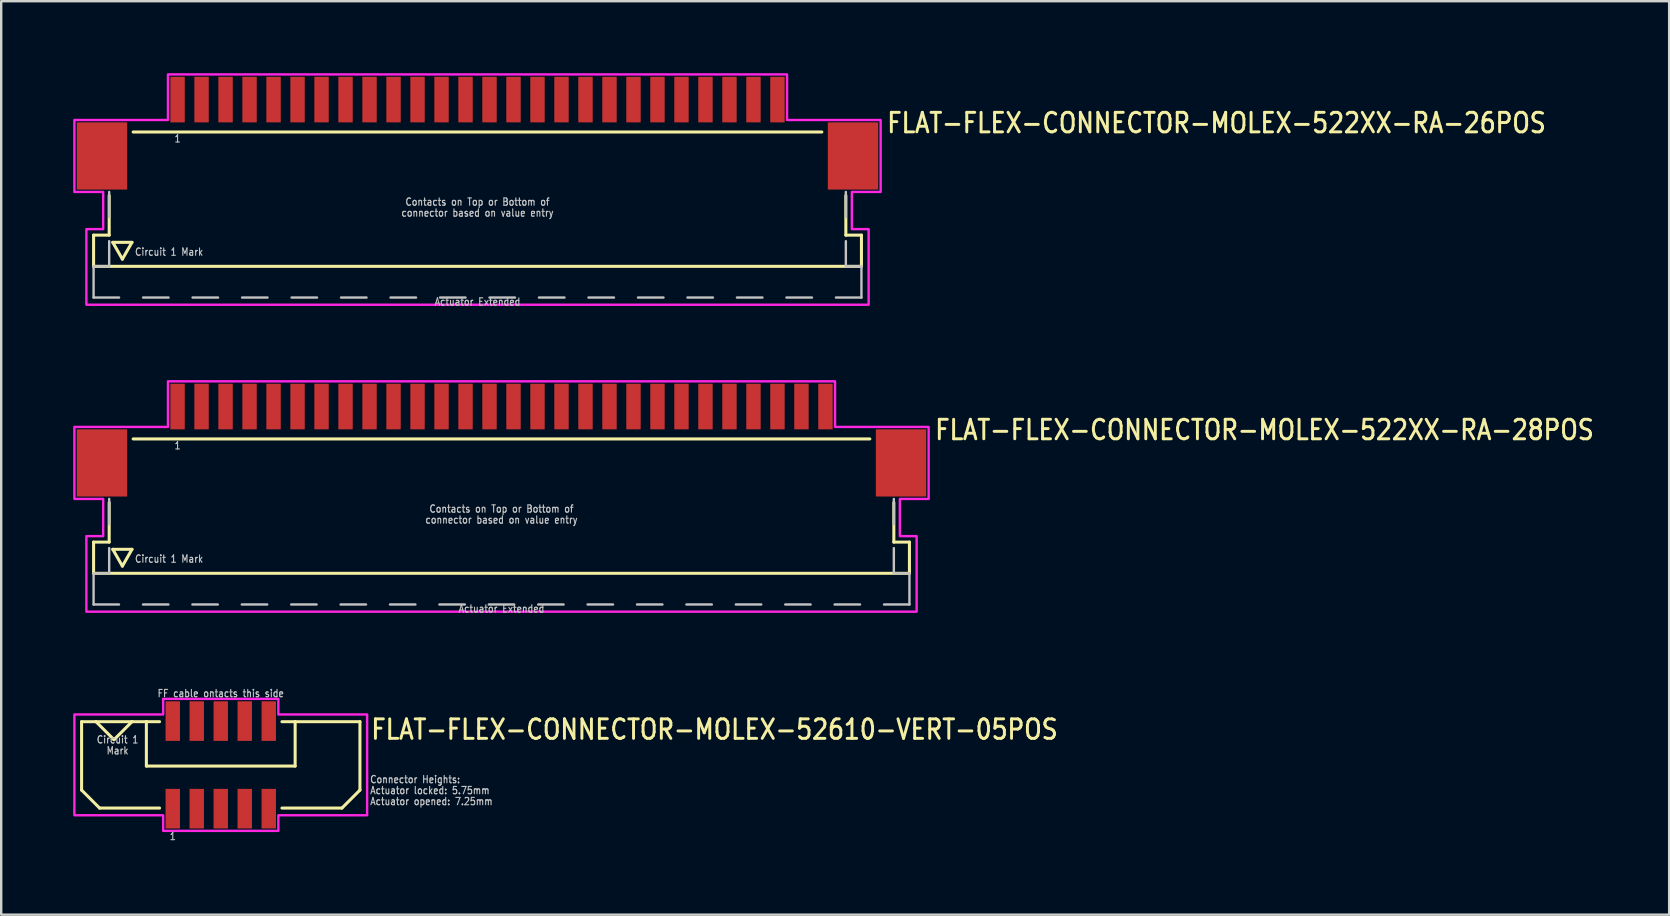
<source format=kicad_pcb>
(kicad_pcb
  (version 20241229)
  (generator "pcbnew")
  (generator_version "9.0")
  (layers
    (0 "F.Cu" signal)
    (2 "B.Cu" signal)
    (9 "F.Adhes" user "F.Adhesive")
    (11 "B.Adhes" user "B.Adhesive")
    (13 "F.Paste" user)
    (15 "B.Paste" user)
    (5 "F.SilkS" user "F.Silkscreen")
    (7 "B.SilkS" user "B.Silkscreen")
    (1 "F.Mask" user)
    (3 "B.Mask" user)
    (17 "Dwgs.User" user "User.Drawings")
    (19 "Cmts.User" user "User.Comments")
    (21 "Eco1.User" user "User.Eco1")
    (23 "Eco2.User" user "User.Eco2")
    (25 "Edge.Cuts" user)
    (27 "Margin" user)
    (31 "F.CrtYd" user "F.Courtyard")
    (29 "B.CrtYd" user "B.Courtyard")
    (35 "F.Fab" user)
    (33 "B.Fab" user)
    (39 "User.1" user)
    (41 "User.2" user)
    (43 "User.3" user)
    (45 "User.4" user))
  (footprint "FLAT-FLEX-CONNECTOR-MOLEX-52610-VERT-05POS"
    (layer "F.Cu")
    (at 6.15 28.826)
    (property "Reference" "FLAT-FLEX-CONNECTOR-MOLEX-52610-VERT-05POS" (at 6.2 -1 0) (unlocked yes) (layer "F.SilkS") (effects (font (size 0.813 0.695) (thickness 0.122)) (justify left bottom)))
    (fp_line (start -5.8 -1.8) (end -5.8 1.05) (stroke (width 0.127) (type solid)) (layer "F.SilkS"))
    (fp_line (start -5.8 1.05) (end -5.05 1.8) (stroke (width 0.127) (type solid)) (layer "F.SilkS"))
    (fp_line (start -5.2 -1.8) (end -5.8 -1.8) (stroke (width 0.127) (type solid)) (layer "F.SilkS"))
    (fp_line (start -5.2 -1.8) (end -4.45 -1.05) (stroke (width 0.127) (type solid)) (layer "F.SilkS"))
    (fp_line (start -5.05 1.8) (end -2.55 1.8) (stroke (width 0.127) (type solid)) (layer "F.SilkS"))
    (fp_line (start -4.45 -1.05) (end -3.7 -1.8) (stroke (width 0.127) (type solid)) (layer "F.SilkS"))
    (fp_line (start -3.7 -1.8) (end -5.2 -1.8) (stroke (width 0.127) (type solid)) (layer "F.SilkS"))
    (fp_line (start -3.1 -1.8) (end -3.7 -1.8) (stroke (width 0.127) (type solid)) (layer "F.SilkS"))
    (fp_line (start -3.1 -1.8) (end -3.1 0.05) (stroke (width 0.127) (type solid)) (layer "F.SilkS"))
    (fp_line (start -3.1 0.05) (end 3.1 0.05) (stroke (width 0.127) (type solid)) (layer "F.SilkS"))
    (fp_line (start -2.55 -1.8) (end -3.1 -1.8) (stroke (width 0.127) (type solid)) (layer "F.SilkS"))
    (fp_line (start 2.55 -1.8) (end 3.1 -1.8) (stroke (width 0.127) (type solid)) (layer "F.SilkS"))
    (fp_line (start 3.1 -1.8) (end 5.8 -1.8) (stroke (width 0.127) (type solid)) (layer "F.SilkS"))
    (fp_line (start 3.1 0.05) (end 3.1 -1.8) (stroke (width 0.127) (type solid)) (layer "F.SilkS"))
    (fp_line (start 5.05 1.8) (end 2.55 1.8) (stroke (width 0.127) (type solid)) (layer "F.SilkS"))
    (fp_line (start 5.8 -1.8) (end 5.8 1.05) (stroke (width 0.127) (type solid)) (layer "F.SilkS"))
    (fp_line (start 5.8 1.05) (end 5.05 1.8) (stroke (width 0.127) (type solid)) (layer "F.SilkS"))
    (fp_poly (pts (xy -6.1 -2.1) (xy -2.4 -2.1) (xy -2.4 -2.75) (xy 2.4 -2.75) (xy 2.4 -2.1) (xy 6.1 -2.1) (xy 6.1 2.1) (xy 2.4 2.1) (xy 2.4 2.75) (xy -2.4 2.75) (xy -2.4 2.1) (xy -6.1 2.1)) (stroke (width 0.1) (type solid)) (fill no) (layer "F.CrtYd"))
    (fp_text user "Actuator locked: 5.75mm" (at 6.2 1.243 0) (unlocked yes) (layer "Dwgs.User") (effects (font (size 0.305 0.261) (thickness 0.046)) (justify left bottom)))
    (fp_text user "Mark" (at -4.3 -0.771 0) (unlocked yes) (layer "Dwgs.User") (effects (font (size 0.305 0.261) (thickness 0.046)) (justify top)))
    (fp_text user "1" (at -2 2.8 0) (unlocked yes) (layer "Dwgs.User") (effects (font (size 0.305 0.261) (thickness 0.046)) (justify top)))
    (fp_text user "Circuit 1" (at -4.3 -1.229 0) (unlocked yes) (layer "Dwgs.User") (effects (font (size 0.305 0.261) (thickness 0.046)) (justify top)))
    (fp_text user "Connector Heights:" (at 6.2 0.786 0) (unlocked yes) (layer "Dwgs.User") (effects (font (size 0.305 0.261) (thickness 0.046)) (justify left bottom)))
    (fp_text user "FF cable ontacts this side" (at 0 -2.8 0) (unlocked yes) (layer "Dwgs.User") (effects (font (size 0.305 0.261) (thickness 0.046)) (justify bottom)))
    (fp_text user "Actuator opened: 7.25mm" (at 6.2 1.7 0) (unlocked yes) (layer "Dwgs.User") (effects (font (size 0.305 0.261) (thickness 0.046)) (justify left bottom)))
    (pad "PC1" smd rect (at -2 -1.825) (size 0.6 1.65) (layers "F.Cu" "F.Mask" "F.Paste"))
    (pad "PC2" smd rect (at -1 -1.825) (size 0.6 1.65) (layers "F.Cu" "F.Mask" "F.Paste"))
    (pad "PC3" smd rect (at 0 -1.825) (size 0.6 1.65) (layers "F.Cu" "F.Mask" "F.Paste"))
    (pad "PC4" smd rect (at 1 -1.825) (size 0.6 1.65) (layers "F.Cu" "F.Mask" "F.Paste"))
    (pad "PC5" smd rect (at 2 -1.825) (size 0.6 1.65) (layers "F.Cu" "F.Mask" "F.Paste"))
    (pad "PS1" smd rect (at -2 1.825) (size 0.6 1.65) (layers "F.Cu" "F.Mask" "F.Paste"))
    (pad "PS2" smd rect (at -1 1.825) (size 0.6 1.65) (layers "F.Cu" "F.Mask" "F.Paste"))
    (pad "PS3" smd rect (at 0 1.825) (size 0.6 1.65) (layers "F.Cu" "F.Mask" "F.Paste"))
    (pad "PS4" smd rect (at 1 1.825) (size 0.6 1.65) (layers "F.Cu" "F.Mask" "F.Paste"))
    (pad "PS5" smd rect (at 2 1.825) (size 0.6 1.65) (layers "F.Cu" "F.Mask" "F.Paste")))
  (footprint "FLAT-FLEX-CONNECTOR-MOLEX-522XX-RA-26POS"
    (layer "F.Cu")
    (at 16.85 2.05)
    (property "Reference" "FLAT-FLEX-CONNECTOR-MOLEX-522XX-RA-26POS" (at 17 0.5 0) (unlocked yes) (layer "F.SilkS") (effects (font (size 0.813 0.695) (thickness 0.122)) (justify left bottom)))
    (fp_line (start -16 4.7) (end -16 6) (stroke (width 0.127) (type solid)) (layer "F.SilkS"))
    (fp_line (start -16 6) (end 16 6) (stroke (width 0.127) (type solid)) (layer "F.SilkS"))
    (fp_line (start -15.35 3.05) (end -15.35 4.7) (stroke (width 0.127) (type solid)) (layer "F.SilkS"))
    (fp_line (start -15.35 4.7) (end -16 4.7) (stroke (width 0.127) (type solid)) (layer "F.SilkS"))
    (fp_line (start -15.2 5) (end -14.4 5) (stroke (width 0.127) (type solid)) (layer "F.SilkS"))
    (fp_line (start -14.8 5.7) (end -15.2 5) (stroke (width 0.127) (type solid)) (layer "F.SilkS"))
    (fp_line (start -14.4 5) (end -14.8 5.7) (stroke (width 0.127) (type solid)) (layer "F.SilkS"))
    (fp_line (start -14.35 0.4) (end 14.35 0.4) (stroke (width 0.127) (type solid)) (layer "F.SilkS"))
    (fp_line (start 15.35 3.05) (end 15.35 4.7) (stroke (width 0.127) (type solid)) (layer "F.SilkS"))
    (fp_line (start 16 4.7) (end 15.35 4.7) (stroke (width 0.127) (type solid)) (layer "F.SilkS"))
    (fp_line (start 16 6) (end 16 4.7) (stroke (width 0.127) (type solid)) (layer "F.SilkS"))
    (fp_line (start -16 6) (end -16 7.3) (stroke (width 0.1) (type solid)) (layer "Dwgs.User"))
    (fp_line (start -16 7.3) (end -14.938 7.3) (stroke (width 0.1) (type solid)) (layer "Dwgs.User"))
    (fp_line (start -15.35 2.9) (end -15.35 3.95) (stroke (width 0.1) (type solid)) (layer "Dwgs.User"))
    (fp_line (start -15.35 4.95) (end -15.35 6) (stroke (width 0.1) (type solid)) (layer "Dwgs.User"))
    (fp_line (start -15.35 6) (end -16 6) (stroke (width 0.1) (type solid)) (layer "Dwgs.User"))
    (fp_line (start -13.938 7.3) (end -12.875 7.3) (stroke (width 0.1) (type solid)) (layer "Dwgs.User"))
    (fp_line (start -11.875 7.3) (end -10.812 7.3) (stroke (width 0.1) (type solid)) (layer "Dwgs.User"))
    (fp_line (start -9.812 7.3) (end -8.75 7.3) (stroke (width 0.1) (type solid)) (layer "Dwgs.User"))
    (fp_line (start -7.75 7.3) (end -6.688 7.3) (stroke (width 0.1) (type solid)) (layer "Dwgs.User"))
    (fp_line (start -5.688 7.3) (end -4.625 7.3) (stroke (width 0.1) (type solid)) (layer "Dwgs.User"))
    (fp_line (start -3.625 7.3) (end -2.562 7.3) (stroke (width 0.1) (type solid)) (layer "Dwgs.User"))
    (fp_line (start -1.562 7.3) (end -0.5 7.3) (stroke (width 0.1) (type solid)) (layer "Dwgs.User"))
    (fp_line (start 0.5 7.3) (end 1.562 7.3) (stroke (width 0.1) (type solid)) (layer "Dwgs.User"))
    (fp_line (start 2.562 7.3) (end 3.625 7.3) (stroke (width 0.1) (type solid)) (layer "Dwgs.User"))
    (fp_line (start 4.625 7.3) (end 5.688 7.3) (stroke (width 0.1) (type solid)) (layer "Dwgs.User"))
    (fp_line (start 6.688 7.3) (end 7.75 7.3) (stroke (width 0.1) (type solid)) (layer "Dwgs.User"))
    (fp_line (start 8.75 7.3) (end 9.812 7.3) (stroke (width 0.1) (type solid)) (layer "Dwgs.User"))
    (fp_line (start 10.812 7.3) (end 11.875 7.3) (stroke (width 0.1) (type solid)) (layer "Dwgs.User"))
    (fp_line (start 12.875 7.3) (end 13.938 7.3) (stroke (width 0.1) (type solid)) (layer "Dwgs.User"))
    (fp_line (start 14.938 7.3) (end 16 7.3) (stroke (width 0.1) (type solid)) (layer "Dwgs.User"))
    (fp_line (start 15.35 2.9) (end 15.35 3.95) (stroke (width 0.1) (type solid)) (layer "Dwgs.User"))
    (fp_line (start 15.35 4.95) (end 15.35 6) (stroke (width 0.1) (type solid)) (layer "Dwgs.User"))
    (fp_line (start 16 6) (end 15.35 6) (stroke (width 0.1) (type solid)) (layer "Dwgs.User"))
    (fp_line (start 16 7.3) (end 16 6) (stroke (width 0.1) (type solid)) (layer "Dwgs.User"))
    (fp_poly (pts (xy -16.8 2.9) (xy -16.8 -0.1) (xy -12.9 -0.1) (xy -12.9 -2) (xy 12.9 -2) (xy 12.9 -0.1) (xy 16.8 -0.1) (xy 16.8 2.9) (xy 15.6 2.9) (xy 15.6 4.45) (xy 16.3 4.45) (xy 16.3 7.6) (xy -16.3 7.6) (xy -16.3 4.45) (xy -15.6 4.45) (xy -15.6 2.9)) (stroke (width 0.1) (type solid)) (fill no) (layer "F.CrtYd"))
    (fp_text user "1" (at -12.5 0.5 0) (unlocked yes) (layer "Dwgs.User") (effects (font (size 0.305 0.261) (thickness 0.046)) (justify top)))
    (fp_text user "Actuator Extended" (at 0 7.3 0) (unlocked yes) (layer "Dwgs.User") (effects (font (size 0.305 0.261) (thickness 0.046)) (justify top)))
    (fp_text user "Contacts on Top or Bottom of" (at 0 3.493 0) (unlocked yes) (layer "Dwgs.User") (effects (font (size 0.305 0.261) (thickness 0.046)) (justify bottom)))
    (fp_text user "Circuit 1 Mark" (at -14.3 5.4 0) (unlocked yes) (layer "Dwgs.User") (effects (font (size 0.305 0.261) (thickness 0.046)) (justify left)))
    (fp_text user "connector based on value entry" (at 0 3.95 0) (unlocked yes) (layer "Dwgs.User") (effects (font (size 0.305 0.261) (thickness 0.046)) (justify bottom)))
    (pad "M1" smd rect (at -15.65 1.4) (size 2.1 2.8) (layers "F.Cu" "F.Mask" "F.Paste"))
    (pad "M2" smd rect (at 15.65 1.4) (size 2.1 2.8) (layers "F.Cu" "F.Mask" "F.Paste"))
    (pad "P$1" smd rect (at -12.5 -0.95) (size 0.6 1.9) (layers "F.Cu" "F.Mask" "F.Paste"))
    (pad "P$2" smd rect (at -11.5 -0.95) (size 0.6 1.9) (layers "F.Cu" "F.Mask" "F.Paste"))
    (pad "P$3" smd rect (at -10.5 -0.95) (size 0.6 1.9) (layers "F.Cu" "F.Mask" "F.Paste"))
    (pad "P$4" smd rect (at -9.5 -0.95) (size 0.6 1.9) (layers "F.Cu" "F.Mask" "F.Paste"))
    (pad "P$5" smd rect (at -8.5 -0.95) (size 0.6 1.9) (layers "F.Cu" "F.Mask" "F.Paste"))
    (pad "P$6" smd rect (at -7.5 -0.95) (size 0.6 1.9) (layers "F.Cu" "F.Mask" "F.Paste"))
    (pad "P$7" smd rect (at -6.5 -0.95) (size 0.6 1.9) (layers "F.Cu" "F.Mask" "F.Paste"))
    (pad "P$8" smd rect (at -5.5 -0.95) (size 0.6 1.9) (layers "F.Cu" "F.Mask" "F.Paste"))
    (pad "P$9" smd rect (at -4.5 -0.95) (size 0.6 1.9) (layers "F.Cu" "F.Mask" "F.Paste"))
    (pad "P$10" smd rect (at -3.5 -0.95) (size 0.6 1.9) (layers "F.Cu" "F.Mask" "F.Paste"))
    (pad "P$11" smd rect (at -2.5 -0.95) (size 0.6 1.9) (layers "F.Cu" "F.Mask" "F.Paste"))
    (pad "P$12" smd rect (at -1.5 -0.95) (size 0.6 1.9) (layers "F.Cu" "F.Mask" "F.Paste"))
    (pad "P$13" smd rect (at -0.5 -0.95) (size 0.6 1.9) (layers "F.Cu" "F.Mask" "F.Paste"))
    (pad "P$14" smd rect (at 0.5 -0.95) (size 0.6 1.9) (layers "F.Cu" "F.Mask" "F.Paste"))
    (pad "P$15" smd rect (at 1.5 -0.95) (size 0.6 1.9) (layers "F.Cu" "F.Mask" "F.Paste"))
    (pad "P$16" smd rect (at 2.5 -0.95) (size 0.6 1.9) (layers "F.Cu" "F.Mask" "F.Paste"))
    (pad "P$17" smd rect (at 3.5 -0.95) (size 0.6 1.9) (layers "F.Cu" "F.Mask" "F.Paste"))
    (pad "P$18" smd rect (at 4.5 -0.95) (size 0.6 1.9) (layers "F.Cu" "F.Mask" "F.Paste"))
    (pad "P$19" smd rect (at 5.5 -0.95) (size 0.6 1.9) (layers "F.Cu" "F.Mask" "F.Paste"))
    (pad "P$20" smd rect (at 6.5 -0.95) (size 0.6 1.9) (layers "F.Cu" "F.Mask" "F.Paste"))
    (pad "P$21" smd rect (at 7.5 -0.95) (size 0.6 1.9) (layers "F.Cu" "F.Mask" "F.Paste"))
    (pad "P$22" smd rect (at 8.5 -0.95) (size 0.6 1.9) (layers "F.Cu" "F.Mask" "F.Paste"))
    (pad "P$23" smd rect (at 9.5 -0.95) (size 0.6 1.9) (layers "F.Cu" "F.Mask" "F.Paste"))
    (pad "P$24" smd rect (at 10.5 -0.95) (size 0.6 1.9) (layers "F.Cu" "F.Mask" "F.Paste"))
    (pad "P$25" smd rect (at 11.5 -0.95) (size 0.6 1.9) (layers "F.Cu" "F.Mask" "F.Paste"))
    (pad "P$26" smd rect (at 12.5 -0.95) (size 0.6 1.9) (layers "F.Cu" "F.Mask" "F.Paste")))
  (footprint "FLAT-FLEX-CONNECTOR-MOLEX-522XX-RA-28POS"
    (layer "F.Cu")
    (at 17.85 14.842)
    (property "Reference" "FLAT-FLEX-CONNECTOR-MOLEX-522XX-RA-28POS" (at 18 0.5 0) (unlocked yes) (layer "F.SilkS") (effects (font (size 0.813 0.695) (thickness 0.122)) (justify left bottom)))
    (fp_line (start -17 4.7) (end -17 6) (stroke (width 0.127) (type solid)) (layer "F.SilkS"))
    (fp_line (start -17 6) (end 17 6) (stroke (width 0.127) (type solid)) (layer "F.SilkS"))
    (fp_line (start -16.35 3.05) (end -16.35 4.7) (stroke (width 0.127) (type solid)) (layer "F.SilkS"))
    (fp_line (start -16.35 4.7) (end -17 4.7) (stroke (width 0.127) (type solid)) (layer "F.SilkS"))
    (fp_line (start -16.2 5) (end -15.4 5) (stroke (width 0.127) (type solid)) (layer "F.SilkS"))
    (fp_line (start -15.8 5.7) (end -16.2 5) (stroke (width 0.127) (type solid)) (layer "F.SilkS"))
    (fp_line (start -15.4 5) (end -15.8 5.7) (stroke (width 0.127) (type solid)) (layer "F.SilkS"))
    (fp_line (start -15.35 0.4) (end 15.35 0.4) (stroke (width 0.127) (type solid)) (layer "F.SilkS"))
    (fp_line (start 16.35 3.05) (end 16.35 4.7) (stroke (width 0.127) (type solid)) (layer "F.SilkS"))
    (fp_line (start 17 4.7) (end 16.35 4.7) (stroke (width 0.127) (type solid)) (layer "F.SilkS"))
    (fp_line (start 17 6) (end 17 4.7) (stroke (width 0.127) (type solid)) (layer "F.SilkS"))
    (fp_line (start -17 6) (end -17 7.3) (stroke (width 0.1) (type solid)) (layer "Dwgs.User"))
    (fp_line (start -17 7.3) (end -15.941 7.3) (stroke (width 0.1) (type solid)) (layer "Dwgs.User"))
    (fp_line (start -16.35 2.9) (end -16.35 3.95) (stroke (width 0.1) (type solid)) (layer "Dwgs.User"))
    (fp_line (start -16.35 4.95) (end -16.35 6) (stroke (width 0.1) (type solid)) (layer "Dwgs.User"))
    (fp_line (start -16.35 6) (end -17 6) (stroke (width 0.1) (type solid)) (layer "Dwgs.User"))
    (fp_line (start -14.941 7.3) (end -13.882 7.3) (stroke (width 0.1) (type solid)) (layer "Dwgs.User"))
    (fp_line (start -12.882 7.3) (end -11.824 7.3) (stroke (width 0.1) (type solid)) (layer "Dwgs.User"))
    (fp_line (start -10.824 7.3) (end -9.765 7.3) (stroke (width 0.1) (type solid)) (layer "Dwgs.User"))
    (fp_line (start -8.765 7.3) (end -7.706 7.3) (stroke (width 0.1) (type solid)) (layer "Dwgs.User"))
    (fp_line (start -6.706 7.3) (end -5.647 7.3) (stroke (width 0.1) (type solid)) (layer "Dwgs.User"))
    (fp_line (start -4.647 7.3) (end -3.588 7.3) (stroke (width 0.1) (type solid)) (layer "Dwgs.User"))
    (fp_line (start -2.588 7.3) (end -1.529 7.3) (stroke (width 0.1) (type solid)) (layer "Dwgs.User"))
    (fp_line (start -0.529 7.3) (end 0.529 7.3) (stroke (width 0.1) (type solid)) (layer "Dwgs.User"))
    (fp_line (start 1.529 7.3) (end 2.588 7.3) (stroke (width 0.1) (type solid)) (layer "Dwgs.User"))
    (fp_line (start 3.588 7.3) (end 4.647 7.3) (stroke (width 0.1) (type solid)) (layer "Dwgs.User"))
    (fp_line (start 5.647 7.3) (end 6.706 7.3) (stroke (width 0.1) (type solid)) (layer "Dwgs.User"))
    (fp_line (start 7.706 7.3) (end 8.765 7.3) (stroke (width 0.1) (type solid)) (layer "Dwgs.User"))
    (fp_line (start 9.765 7.3) (end 10.824 7.3) (stroke (width 0.1) (type solid)) (layer "Dwgs.User"))
    (fp_line (start 11.824 7.3) (end 12.882 7.3) (stroke (width 0.1) (type solid)) (layer "Dwgs.User"))
    (fp_line (start 13.882 7.3) (end 14.941 7.3) (stroke (width 0.1) (type solid)) (layer "Dwgs.User"))
    (fp_line (start 15.941 7.3) (end 17 7.3) (stroke (width 0.1) (type solid)) (layer "Dwgs.User"))
    (fp_line (start 16.35 2.9) (end 16.35 3.95) (stroke (width 0.1) (type solid)) (layer "Dwgs.User"))
    (fp_line (start 16.35 4.95) (end 16.35 6) (stroke (width 0.1) (type solid)) (layer "Dwgs.User"))
    (fp_line (start 17 6) (end 16.35 6) (stroke (width 0.1) (type solid)) (layer "Dwgs.User"))
    (fp_line (start 17 7.3) (end 17 6) (stroke (width 0.1) (type solid)) (layer "Dwgs.User"))
    (fp_poly (pts (xy -17.8 2.9) (xy -17.8 -0.1) (xy -13.9 -0.1) (xy -13.9 -2) (xy 13.9 -2) (xy 13.9 -0.1) (xy 17.8 -0.1) (xy 17.8 2.9) (xy 16.6 2.9) (xy 16.6 4.45) (xy 17.3 4.45) (xy 17.3 7.6) (xy -17.3 7.6) (xy -17.3 4.45) (xy -16.6 4.45) (xy -16.6 2.9)) (stroke (width 0.1) (type solid)) (fill no) (layer "F.CrtYd"))
    (fp_text user "Circuit 1 Mark" (at -15.3 5.4 0) (unlocked yes) (layer "Dwgs.User") (effects (font (size 0.305 0.261) (thickness 0.046)) (justify left)))
    (fp_text user "connector based on value entry" (at 0 3.95 0) (unlocked yes) (layer "Dwgs.User") (effects (font (size 0.305 0.261) (thickness 0.046)) (justify bottom)))
    (fp_text user "Contacts on Top or Bottom of" (at 0 3.493 0) (unlocked yes) (layer "Dwgs.User") (effects (font (size 0.305 0.261) (thickness 0.046)) (justify bottom)))
    (fp_text user "1" (at -13.5 0.5 0) (unlocked yes) (layer "Dwgs.User") (effects (font (size 0.305 0.261) (thickness 0.046)) (justify top)))
    (fp_text user "Actuator Extended" (at 0 7.3 0) (unlocked yes) (layer "Dwgs.User") (effects (font (size 0.305 0.261) (thickness 0.046)) (justify top)))
    (pad "M1" smd rect (at -16.65 1.4) (size 2.1 2.8) (layers "F.Cu" "F.Mask" "F.Paste"))
    (pad "M2" smd rect (at 16.65 1.4) (size 2.1 2.8) (layers "F.Cu" "F.Mask" "F.Paste"))
    (pad "P$1" smd rect (at -13.5 -0.95) (size 0.6 1.9) (layers "F.Cu" "F.Mask" "F.Paste"))
    (pad "P$2" smd rect (at -12.5 -0.95) (size 0.6 1.9) (layers "F.Cu" "F.Mask" "F.Paste"))
    (pad "P$3" smd rect (at -11.5 -0.95) (size 0.6 1.9) (layers "F.Cu" "F.Mask" "F.Paste"))
    (pad "P$4" smd rect (at -10.5 -0.95) (size 0.6 1.9) (layers "F.Cu" "F.Mask" "F.Paste"))
    (pad "P$5" smd rect (at -9.5 -0.95) (size 0.6 1.9) (layers "F.Cu" "F.Mask" "F.Paste"))
    (pad "P$6" smd rect (at -8.5 -0.95) (size 0.6 1.9) (layers "F.Cu" "F.Mask" "F.Paste"))
    (pad "P$7" smd rect (at -7.5 -0.95) (size 0.6 1.9) (layers "F.Cu" "F.Mask" "F.Paste"))
    (pad "P$8" smd rect (at -6.5 -0.95) (size 0.6 1.9) (layers "F.Cu" "F.Mask" "F.Paste"))
    (pad "P$9" smd rect (at -5.5 -0.95) (size 0.6 1.9) (layers "F.Cu" "F.Mask" "F.Paste"))
    (pad "P$10" smd rect (at -4.5 -0.95) (size 0.6 1.9) (layers "F.Cu" "F.Mask" "F.Paste"))
    (pad "P$11" smd rect (at -3.5 -0.95) (size 0.6 1.9) (layers "F.Cu" "F.Mask" "F.Paste"))
    (pad "P$12" smd rect (at -2.5 -0.95) (size 0.6 1.9) (layers "F.Cu" "F.Mask" "F.Paste"))
    (pad "P$13" smd rect (at -1.5 -0.95) (size 0.6 1.9) (layers "F.Cu" "F.Mask" "F.Paste"))
    (pad "P$14" smd rect (at -0.5 -0.95) (size 0.6 1.9) (layers "F.Cu" "F.Mask" "F.Paste"))
    (pad "P$15" smd rect (at 0.5 -0.95) (size 0.6 1.9) (layers "F.Cu" "F.Mask" "F.Paste"))
    (pad "P$16" smd rect (at 1.5 -0.95) (size 0.6 1.9) (layers "F.Cu" "F.Mask" "F.Paste"))
    (pad "P$17" smd rect (at 2.5 -0.95) (size 0.6 1.9) (layers "F.Cu" "F.Mask" "F.Paste"))
    (pad "P$18" smd rect (at 3.5 -0.95) (size 0.6 1.9) (layers "F.Cu" "F.Mask" "F.Paste"))
    (pad "P$19" smd rect (at 4.5 -0.95) (size 0.6 1.9) (layers "F.Cu" "F.Mask" "F.Paste"))
    (pad "P$20" smd rect (at 5.5 -0.95) (size 0.6 1.9) (layers "F.Cu" "F.Mask" "F.Paste"))
    (pad "P$21" smd rect (at 6.5 -0.95) (size 0.6 1.9) (layers "F.Cu" "F.Mask" "F.Paste"))
    (pad "P$22" smd rect (at 7.5 -0.95) (size 0.6 1.9) (layers "F.Cu" "F.Mask" "F.Paste"))
    (pad "P$23" smd rect (at 8.5 -0.95) (size 0.6 1.9) (layers "F.Cu" "F.Mask" "F.Paste"))
    (pad "P$24" smd rect (at 9.5 -0.95) (size 0.6 1.9) (layers "F.Cu" "F.Mask" "F.Paste"))
    (pad "P$25" smd rect (at 10.5 -0.95) (size 0.6 1.9) (layers "F.Cu" "F.Mask" "F.Paste"))
    (pad "P$26" smd rect (at 11.5 -0.95) (size 0.6 1.9) (layers "F.Cu" "F.Mask" "F.Paste"))
    (pad "P$27" smd rect (at 12.5 -0.95) (size 0.6 1.9) (layers "F.Cu" "F.Mask" "F.Paste"))
    (pad "P$28" smd rect (at 13.5 -0.95) (size 0.6 1.9) (layers "F.Cu" "F.Mask" "F.Paste")))
  (gr_rect
    (start -3 -3)
    (end 66.511 35.068)
    (stroke (width 0.1) (type default))
    (fill no)
    (layer "Edge.Cuts")))
</source>
